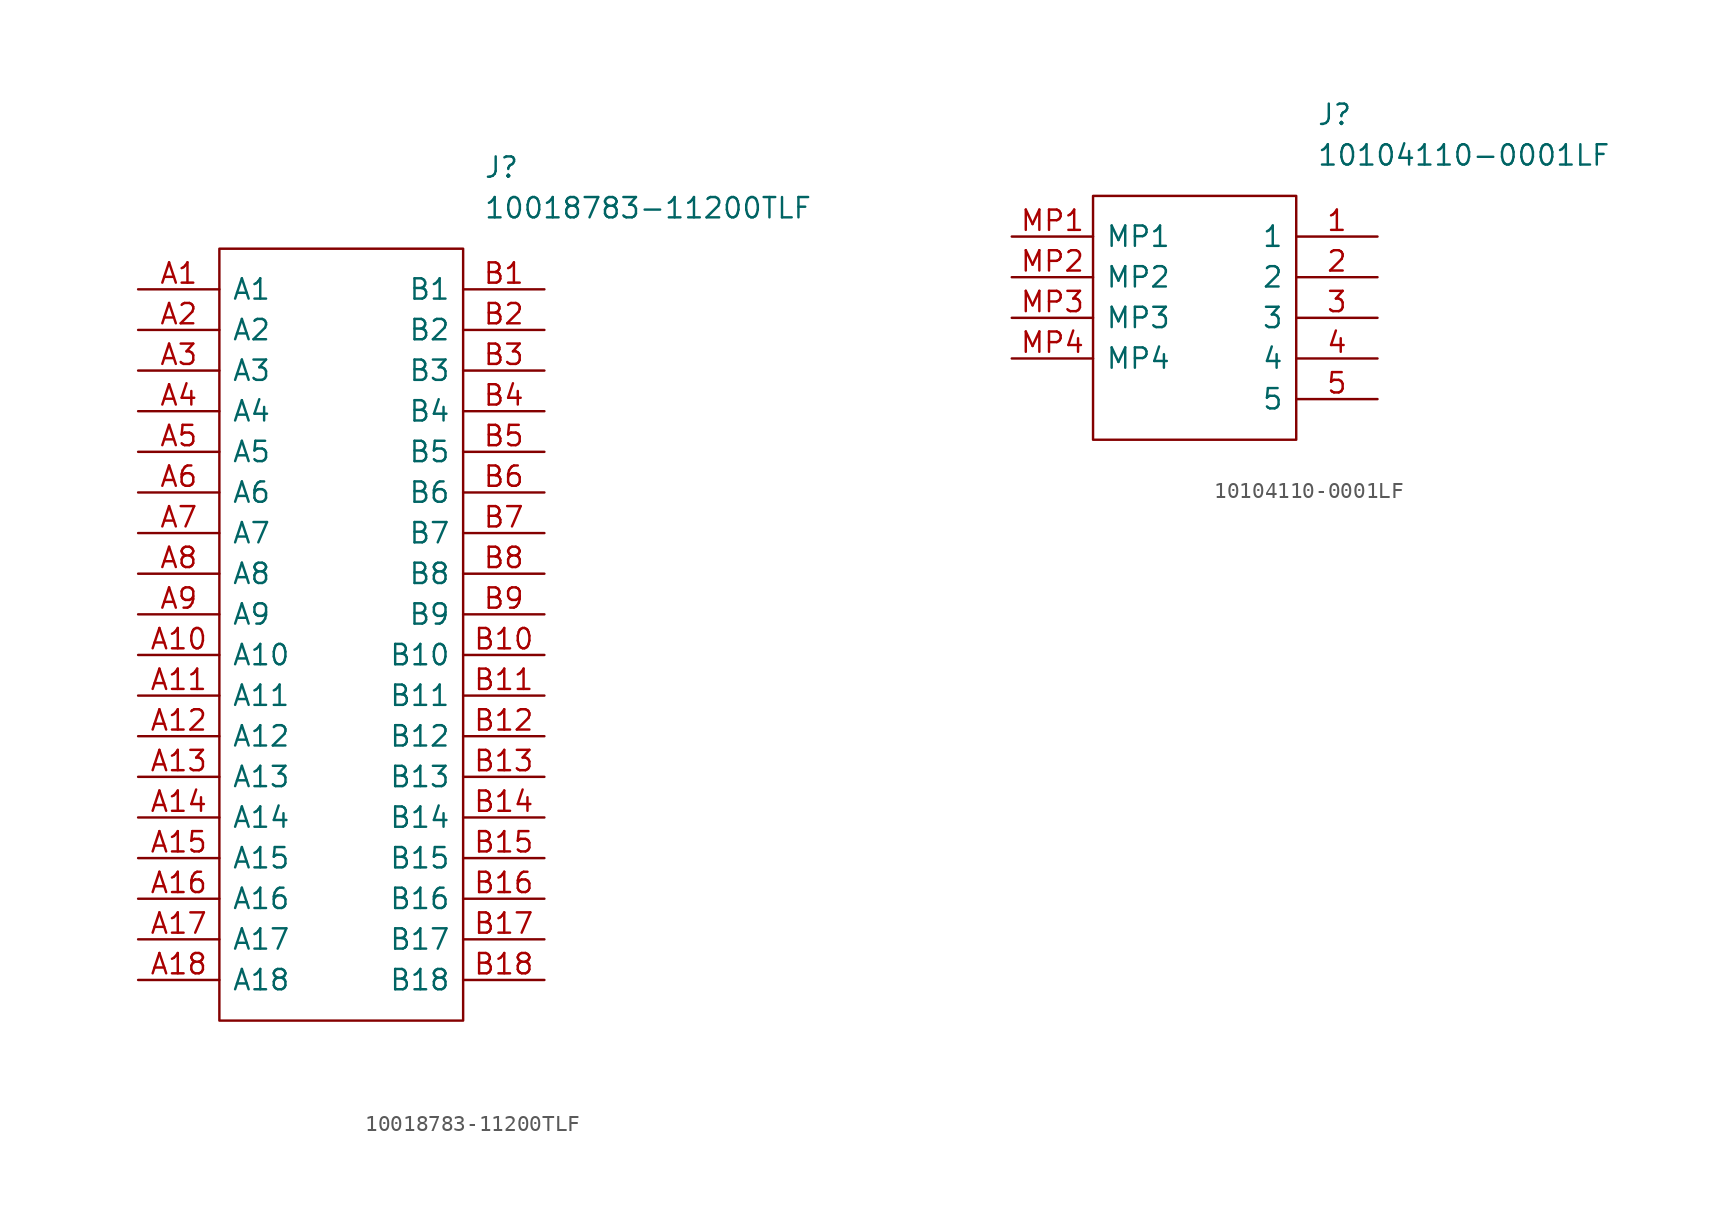
<source format=kicad_sym>
(kicad_symbol_lib
  (version 20201005)
  (generator kicad_symbol_editor)
  (symbol "CM4_MATX:10018783-11200TLF"
    (pin_names
      (offset 0.762))
    (property "Reference" "J"
      (at 21.59 7.62 0)
      (effects (font (size 1.27 1.27)) (justify left)))
    (property "Value" "10018783-11200TLF"
      (at 21.59 5.08 0)
      (effects (font (size 1.27 1.27)) (justify left)))
    (symbol "10018783-11200TLF_0_1"
      (polyline (pts (xy 5.08 2.54) (xy 20.32 2.54) (xy 20.32 -45.72) (xy 5.08 -45.72) (xy 5.08 2.54)) (stroke (width 0.152)) (fill (type none))))
    (symbol "10018783-11200TLF_0_0"
      (pin passive line (at 0 0 0) (length 5.08) (name "A1" (effects (font (size 1.27 1.27)))) (number "A1" (effects (font (size 1.27 1.27)))))
      (pin passive line (at 0 -2.54 0) (length 5.08) (name "A2" (effects (font (size 1.27 1.27)))) (number "A2" (effects (font (size 1.27 1.27)))))
      (pin passive line (at 0 -5.08 0) (length 5.08) (name "A3" (effects (font (size 1.27 1.27)))) (number "A3" (effects (font (size 1.27 1.27)))))
      (pin passive line (at 0 -7.62 0) (length 5.08) (name "A4" (effects (font (size 1.27 1.27)))) (number "A4" (effects (font (size 1.27 1.27)))))
      (pin passive line (at 0 -10.16 0) (length 5.08) (name "A5" (effects (font (size 1.27 1.27)))) (number "A5" (effects (font (size 1.27 1.27)))))
      (pin passive line (at 0 -12.7 0) (length 5.08) (name "A6" (effects (font (size 1.27 1.27)))) (number "A6" (effects (font (size 1.27 1.27)))))
      (pin passive line (at 0 -15.24 0) (length 5.08) (name "A7" (effects (font (size 1.27 1.27)))) (number "A7" (effects (font (size 1.27 1.27)))))
      (pin passive line (at 0 -17.78 0) (length 5.08) (name "A8" (effects (font (size 1.27 1.27)))) (number "A8" (effects (font (size 1.27 1.27)))))
      (pin passive line (at 0 -20.32 0) (length 5.08) (name "A9" (effects (font (size 1.27 1.27)))) (number "A9" (effects (font (size 1.27 1.27)))))
      (pin passive line (at 0 -22.86 0) (length 5.08) (name "A10" (effects (font (size 1.27 1.27)))) (number "A10" (effects (font (size 1.27 1.27)))))
      (pin passive line (at 0 -25.4 0) (length 5.08) (name "A11" (effects (font (size 1.27 1.27)))) (number "A11" (effects (font (size 1.27 1.27)))))
      (pin passive line (at 0 -27.94 0) (length 5.08) (name "A12" (effects (font (size 1.27 1.27)))) (number "A12" (effects (font (size 1.27 1.27)))))
      (pin passive line (at 0 -30.48 0) (length 5.08) (name "A13" (effects (font (size 1.27 1.27)))) (number "A13" (effects (font (size 1.27 1.27)))))
      (pin passive line (at 0 -33.02 0) (length 5.08) (name "A14" (effects (font (size 1.27 1.27)))) (number "A14" (effects (font (size 1.27 1.27)))))
      (pin passive line (at 0 -35.56 0) (length 5.08) (name "A15" (effects (font (size 1.27 1.27)))) (number "A15" (effects (font (size 1.27 1.27)))))
      (pin passive line (at 0 -38.1 0) (length 5.08) (name "A16" (effects (font (size 1.27 1.27)))) (number "A16" (effects (font (size 1.27 1.27)))))
      (pin passive line (at 0 -40.64 0) (length 5.08) (name "A17" (effects (font (size 1.27 1.27)))) (number "A17" (effects (font (size 1.27 1.27)))))
      (pin passive line (at 0 -43.18 0) (length 5.08) (name "A18" (effects (font (size 1.27 1.27)))) (number "A18" (effects (font (size 1.27 1.27)))))
      (pin passive line (at 25.4 0 180) (length 5.08) (name "B1" (effects (font (size 1.27 1.27)))) (number "B1" (effects (font (size 1.27 1.27)))))
      (pin passive line (at 25.4 -2.54 180) (length 5.08) (name "B2" (effects (font (size 1.27 1.27)))) (number "B2" (effects (font (size 1.27 1.27)))))
      (pin passive line (at 25.4 -5.08 180) (length 5.08) (name "B3" (effects (font (size 1.27 1.27)))) (number "B3" (effects (font (size 1.27 1.27)))))
      (pin passive line (at 25.4 -7.62 180) (length 5.08) (name "B4" (effects (font (size 1.27 1.27)))) (number "B4" (effects (font (size 1.27 1.27)))))
      (pin passive line (at 25.4 -10.16 180) (length 5.08) (name "B5" (effects (font (size 1.27 1.27)))) (number "B5" (effects (font (size 1.27 1.27)))))
      (pin passive line (at 25.4 -12.7 180) (length 5.08) (name "B6" (effects (font (size 1.27 1.27)))) (number "B6" (effects (font (size 1.27 1.27)))))
      (pin passive line (at 25.4 -15.24 180) (length 5.08) (name "B7" (effects (font (size 1.27 1.27)))) (number "B7" (effects (font (size 1.27 1.27)))))
      (pin passive line (at 25.4 -17.78 180) (length 5.08) (name "B8" (effects (font (size 1.27 1.27)))) (number "B8" (effects (font (size 1.27 1.27)))))
      (pin passive line (at 25.4 -20.32 180) (length 5.08) (name "B9" (effects (font (size 1.27 1.27)))) (number "B9" (effects (font (size 1.27 1.27)))))
      (pin passive line (at 25.4 -22.86 180) (length 5.08) (name "B10" (effects (font (size 1.27 1.27)))) (number "B10" (effects (font (size 1.27 1.27)))))
      (pin passive line (at 25.4 -25.4 180) (length 5.08) (name "B11" (effects (font (size 1.27 1.27)))) (number "B11" (effects (font (size 1.27 1.27)))))
      (pin passive line (at 25.4 -27.94 180) (length 5.08) (name "B12" (effects (font (size 1.27 1.27)))) (number "B12" (effects (font (size 1.27 1.27)))))
      (pin passive line (at 25.4 -30.48 180) (length 5.08) (name "B13" (effects (font (size 1.27 1.27)))) (number "B13" (effects (font (size 1.27 1.27)))))
      (pin passive line (at 25.4 -33.02 180) (length 5.08) (name "B14" (effects (font (size 1.27 1.27)))) (number "B14" (effects (font (size 1.27 1.27)))))
      (pin passive line (at 25.4 -35.56 180) (length 5.08) (name "B15" (effects (font (size 1.27 1.27)))) (number "B15" (effects (font (size 1.27 1.27)))))
      (pin passive line (at 25.4 -38.1 180) (length 5.08) (name "B16" (effects (font (size 1.27 1.27)))) (number "B16" (effects (font (size 1.27 1.27)))))
      (pin passive line (at 25.4 -40.64 180) (length 5.08) (name "B17" (effects (font (size 1.27 1.27)))) (number "B17" (effects (font (size 1.27 1.27)))))
      (pin passive line (at 25.4 -43.18 180) (length 5.08) (name "B18" (effects (font (size 1.27 1.27)))) (number "B18" (effects (font (size 1.27 1.27)))))))
  (symbol "CM4_MATX:10104110-0001LF"
    (pin_names
      (offset 0.762))
    (property "Reference" "J"
      (at 19.05 7.62 0)
      (effects (font (size 1.27 1.27)) (justify left)))
    (property "Value" "10104110-0001LF"
      (at 19.05 5.08 0)
      (effects (font (size 1.27 1.27)) (justify left)))
    (symbol "10104110-0001LF_0_1"
      (polyline (pts (xy 5.08 2.54) (xy 17.78 2.54) (xy 17.78 -12.7) (xy 5.08 -12.7) (xy 5.08 2.54)) (stroke (width 0.152)) (fill (type none))))
    (symbol "10104110-0001LF_0_0"
      (pin passive line (at 22.86 0 180) (length 5.08) (name "1" (effects (font (size 1.27 1.27)))) (number "1" (effects (font (size 1.27 1.27)))))
      (pin passive line (at 22.86 -2.54 180) (length 5.08) (name "2" (effects (font (size 1.27 1.27)))) (number "2" (effects (font (size 1.27 1.27)))))
      (pin passive line (at 22.86 -5.08 180) (length 5.08) (name "3" (effects (font (size 1.27 1.27)))) (number "3" (effects (font (size 1.27 1.27)))))
      (pin passive line (at 22.86 -7.62 180) (length 5.08) (name "4" (effects (font (size 1.27 1.27)))) (number "4" (effects (font (size 1.27 1.27)))))
      (pin passive line (at 22.86 -10.16 180) (length 5.08) (name "5" (effects (font (size 1.27 1.27)))) (number "5" (effects (font (size 1.27 1.27)))))
      (pin passive line (at 0 0 0) (length 5.08) (name "MP1" (effects (font (size 1.27 1.27)))) (number "MP1" (effects (font (size 1.27 1.27)))))
      (pin passive line (at 0 -2.54 0) (length 5.08) (name "MP2" (effects (font (size 1.27 1.27)))) (number "MP2" (effects (font (size 1.27 1.27)))))
      (pin passive line (at 0 -5.08 0) (length 5.08) (name "MP3" (effects (font (size 1.27 1.27)))) (number "MP3" (effects (font (size 1.27 1.27)))))
      (pin passive line (at 0 -7.62 0) (length 5.08) (name "MP4" (effects (font (size 1.27 1.27)))) (number "MP4" (effects (font (size 1.27 1.27))))))))
</source>
